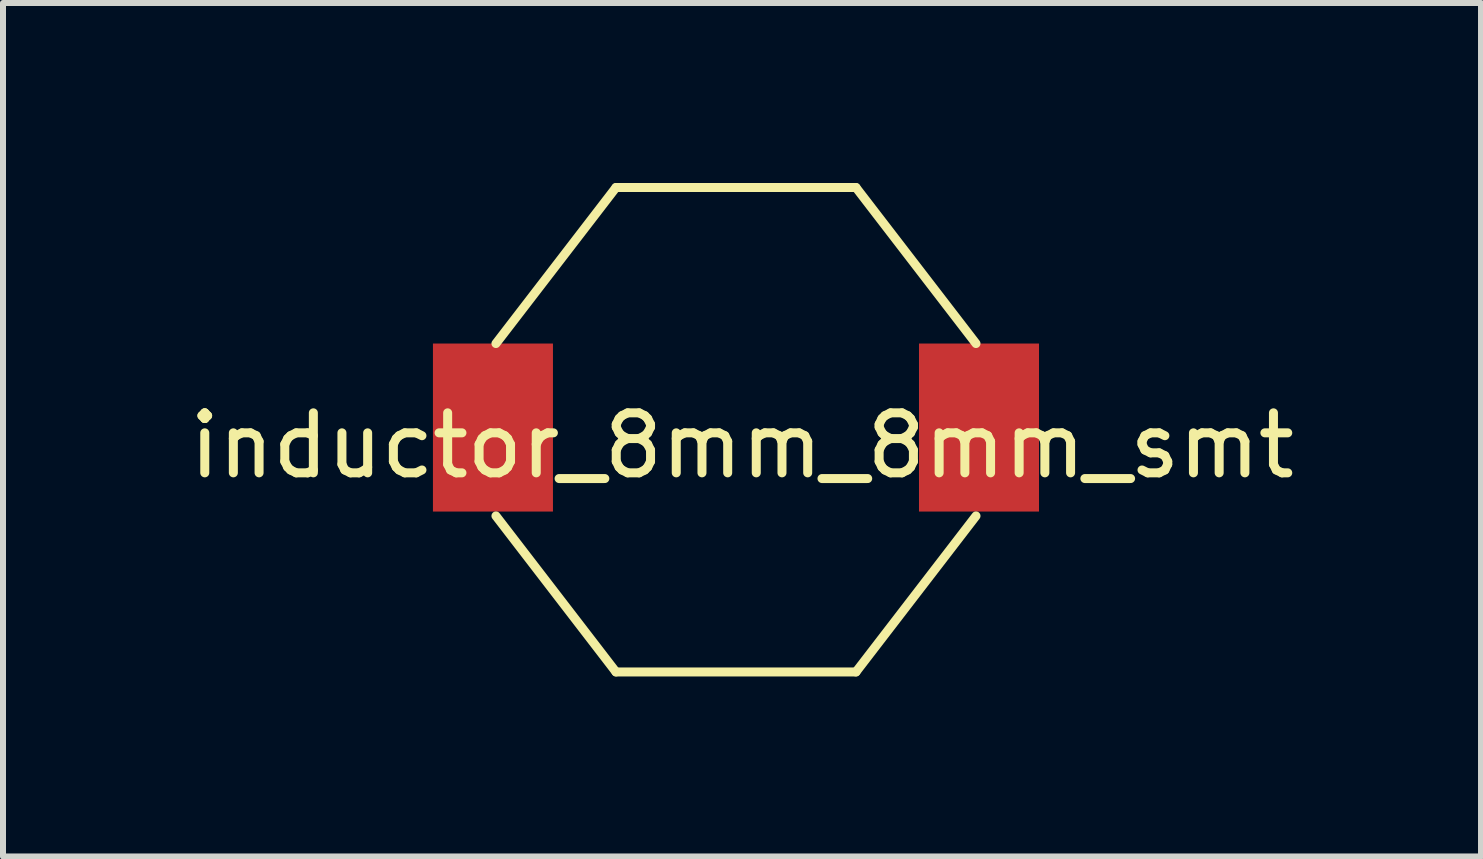
<source format=kicad_pcb>
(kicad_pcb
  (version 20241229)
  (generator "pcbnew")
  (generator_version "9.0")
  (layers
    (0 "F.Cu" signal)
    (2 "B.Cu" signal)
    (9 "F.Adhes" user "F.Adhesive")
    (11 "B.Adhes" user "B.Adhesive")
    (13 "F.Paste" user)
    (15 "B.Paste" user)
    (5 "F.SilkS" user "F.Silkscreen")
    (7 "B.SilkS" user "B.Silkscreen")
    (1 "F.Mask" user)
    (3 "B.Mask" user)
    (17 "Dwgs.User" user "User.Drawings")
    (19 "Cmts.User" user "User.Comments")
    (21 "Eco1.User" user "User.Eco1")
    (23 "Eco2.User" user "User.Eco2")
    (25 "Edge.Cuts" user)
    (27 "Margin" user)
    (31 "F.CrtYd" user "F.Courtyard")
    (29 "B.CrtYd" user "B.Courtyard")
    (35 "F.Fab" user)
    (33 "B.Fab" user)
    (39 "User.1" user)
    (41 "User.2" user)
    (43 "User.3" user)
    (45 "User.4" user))
  (footprint "inductor_8mm_8mm_smt"
    (layer "F.Cu")
    (at 9.215 4.075)
    (property "Reference" "inductor_8mm_8mm_smt" (at 0.1 0.3 0) (layer "F.SilkS") (effects (font (size 1 1) (thickness 0.15))))
    (attr through_hole)
    (fp_line (start -4 -1.4) (end -2 -4) (stroke (width 0.15) (type solid)) (layer "F.SilkS"))
    (fp_line (start -4 1.473) (end -2 4.073) (stroke (width 0.15) (type solid)) (layer "F.SilkS"))
    (fp_line (start -2 -4) (end 2 -4) (stroke (width 0.15) (type solid)) (layer "F.SilkS"))
    (fp_line (start -2 4.073) (end 2 4.073) (stroke (width 0.15) (type solid)) (layer "F.SilkS"))
    (fp_line (start 2 -4) (end 4 -1.4) (stroke (width 0.15) (type solid)) (layer "F.SilkS"))
    (fp_line (start 2 4.073) (end 4 1.473) (stroke (width 0.15) (type solid)) (layer "F.SilkS"))
    (pad "1" smd rect (at -4.05 0) (size 2 2.8) (layers "F.Cu" "F.Mask" "F.Paste"))
    (pad "2" smd rect (at 4.05 0) (size 2 2.8) (layers "F.Cu" "F.Mask" "F.Paste")))
  (gr_rect
    (start -3 -3)
    (end 21.631 11.223)
    (stroke (width 0.1) (type default))
    (fill no)
    (layer "Edge.Cuts")))
</source>
